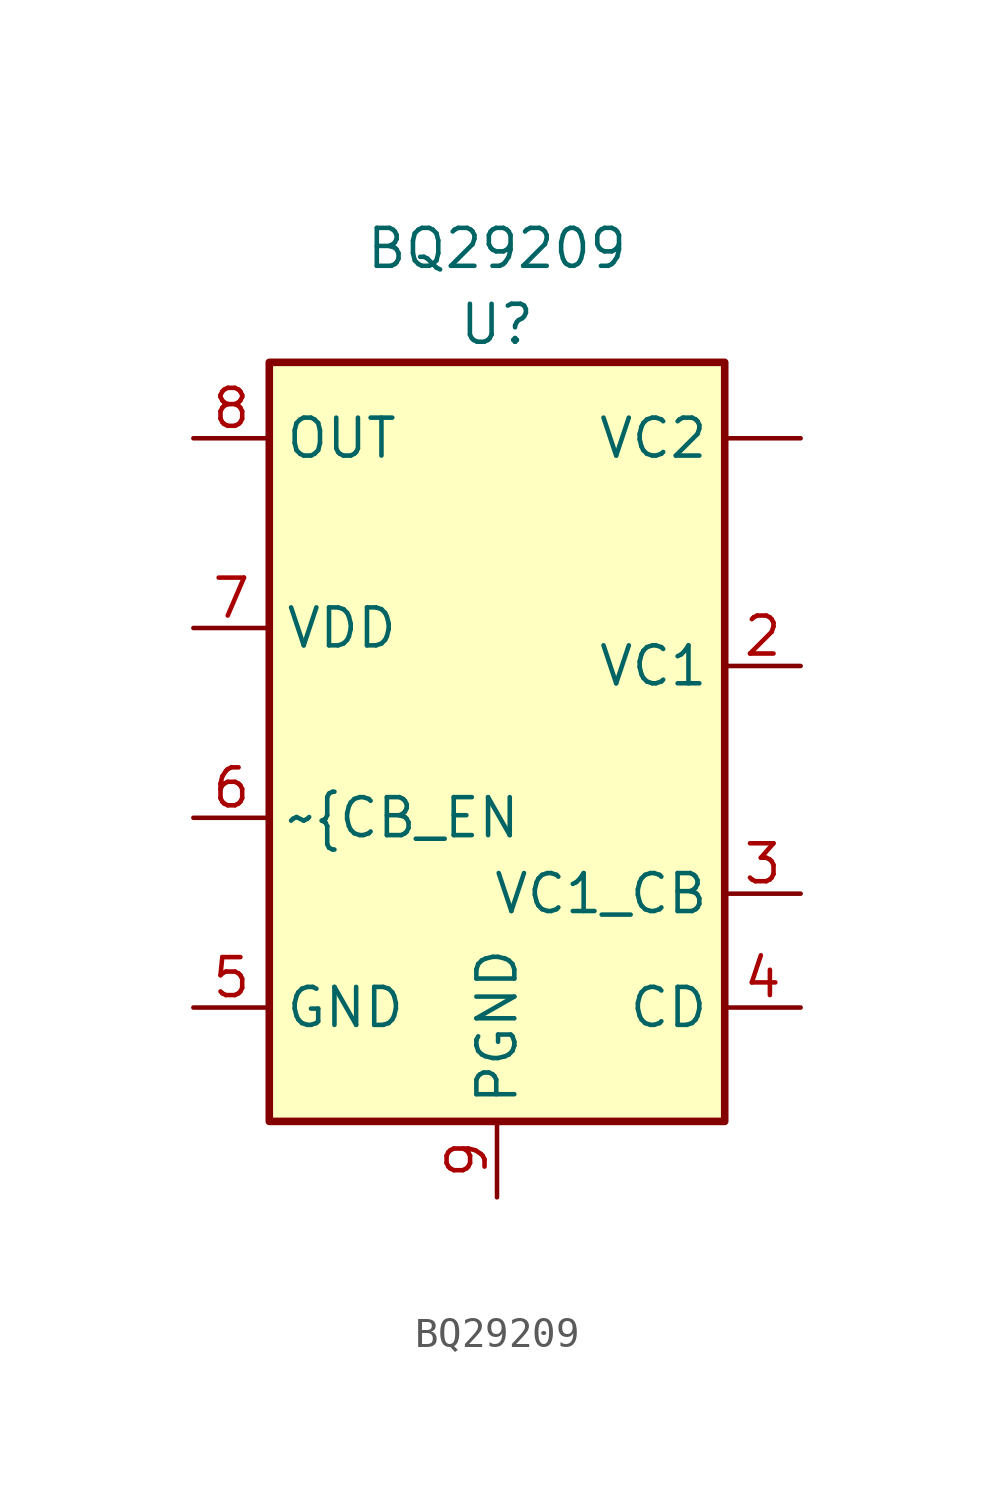
<source format=kicad_sym>
(kicad_symbol_lib
  (version 20211014)
  (generator kicad_symbol_editor)
  (symbol "BQ29209"
    (property "Reference" "U"
      (at 0 1.27 0)
      (effects (font (size 1.27 1.27))))
    (property "Value" "BQ29209"
      (at 0 3.81 0)
      (effects (font (size 1.27 1.27))))
    (symbol "BQ29209_0_1"
      (rectangle (start -7.62 0) (end 7.62 -25.4) (stroke (width 0.254) (type default) (color 0 0 0 0)) (fill (type background))))
    (symbol "BQ29209_1_1"
      (pin input line (at 10.16 -2.54 180) (length 2.54) (name "VC2" (effects (font (size 1.27 1.27)))) (number "" (effects (font (size 1.27 1.27)))))
      (pin input line (at 10.16 -10.16 180) (length 2.54) (name "VC1" (effects (font (size 1.27 1.27)))) (number "2" (effects (font (size 1.27 1.27)))))
      (pin input line (at 10.16 -17.78 180) (length 2.54) (name "VC1_CB" (effects (font (size 1.27 1.27)))) (number "3" (effects (font (size 1.27 1.27)))))
      (pin input line (at 10.16 -21.59 180) (length 2.54) (name "CD" (effects (font (size 1.27 1.27)))) (number "4" (effects (font (size 1.27 1.27)))))
      (pin input line (at -10.16 -21.59 0) (length 2.54) (name "GND" (effects (font (size 1.27 1.27)))) (number "5" (effects (font (size 1.27 1.27)))))
      (pin input line (at -10.16 -15.24 0) (length 2.54) (name "~{CB_EN" (effects (font (size 1.27 1.27)))) (number "6" (effects (font (size 1.27 1.27)))))
      (pin input line (at -10.16 -8.89 0) (length 2.54) (name "VDD" (effects (font (size 1.27 1.27)))) (number "7" (effects (font (size 1.27 1.27)))))
      (pin input line (at -10.16 -2.54 0) (length 2.54) (name "OUT" (effects (font (size 1.27 1.27)))) (number "8" (effects (font (size 1.27 1.27)))))
      (pin input line (at 0 -27.94 90) (length 2.54) (name "PGND" (effects (font (size 1.27 1.27)))) (number "9" (effects (font (size 1.27 1.27))))))))
</source>
